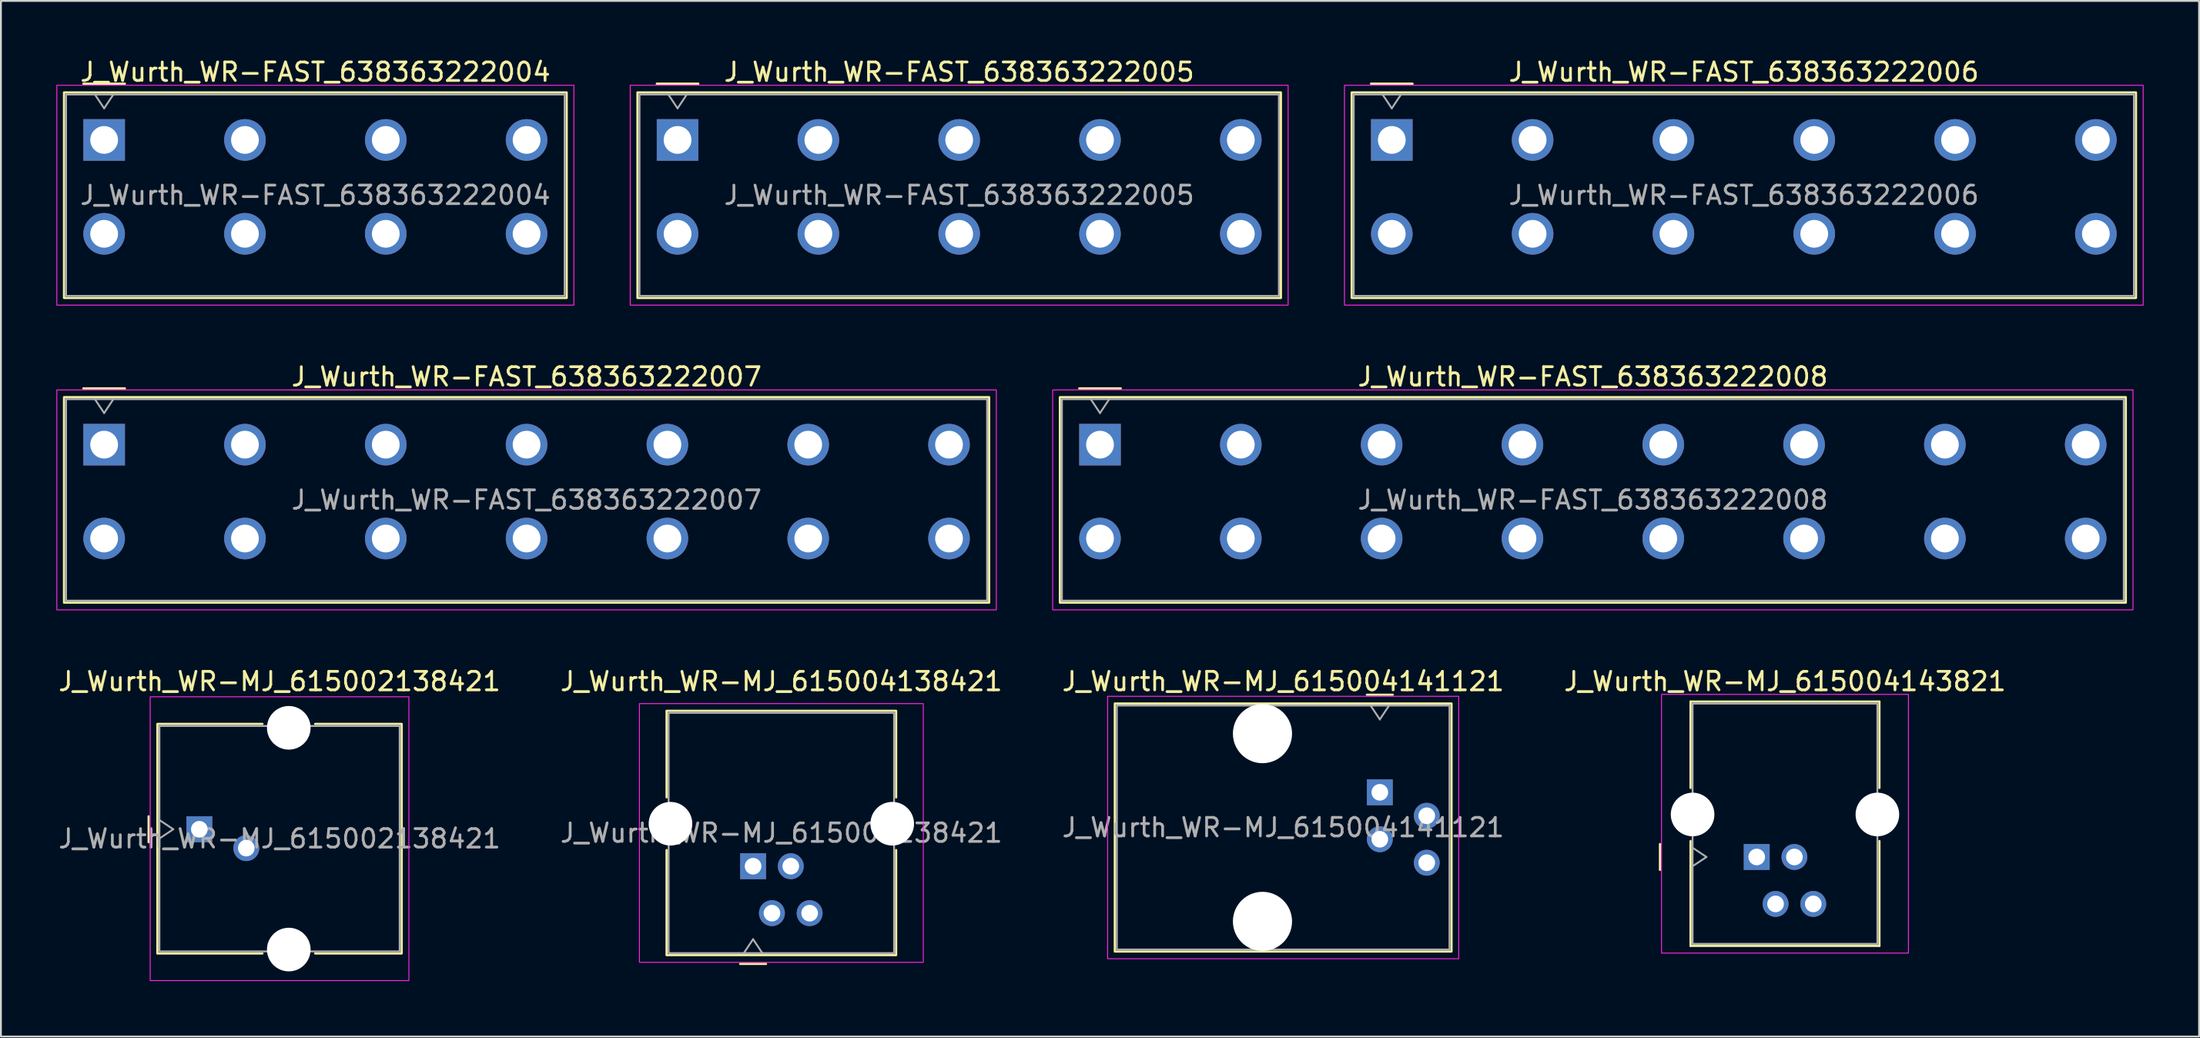
<source format=kicad_pcb>
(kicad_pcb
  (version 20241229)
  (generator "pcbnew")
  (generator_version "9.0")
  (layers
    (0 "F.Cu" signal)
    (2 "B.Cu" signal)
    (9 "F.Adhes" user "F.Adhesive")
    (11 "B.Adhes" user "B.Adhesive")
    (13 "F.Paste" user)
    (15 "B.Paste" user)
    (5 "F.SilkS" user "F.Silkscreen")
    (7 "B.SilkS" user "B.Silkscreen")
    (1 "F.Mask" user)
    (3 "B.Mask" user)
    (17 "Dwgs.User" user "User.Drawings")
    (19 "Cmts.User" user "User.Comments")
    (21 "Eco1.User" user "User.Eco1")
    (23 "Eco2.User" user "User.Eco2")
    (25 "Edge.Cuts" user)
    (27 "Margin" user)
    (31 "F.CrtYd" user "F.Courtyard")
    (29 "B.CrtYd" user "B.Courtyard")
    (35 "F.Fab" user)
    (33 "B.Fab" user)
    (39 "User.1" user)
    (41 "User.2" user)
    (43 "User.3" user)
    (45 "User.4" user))
  (footprint "J_Wurth_WR-MJ_615004143821"
    (layer "F.Cu")
    (at 92.012 43.325)
    (property "Reference" "J_Wurth_WR-MJ_615004143821" (at 1.53 -9.5 0) (unlocked yes) (layer "F.SilkS") (effects (font (size 1 1) (thickness 0.15))))
    (attr through_hole)
    (fp_line (start -5.235 -0.7) (end -5.235 0.7) (stroke (width 0.12) (type solid)) (layer "F.SilkS"))
    (fp_line (start -3.58 -0.864) (end -3.58 4.81) (stroke (width 0.12) (type solid)) (layer "F.SilkS"))
    (fp_line (start -3.58 -8.41) (end 6.64 -8.41) (stroke (width 0.12) (type solid)) (layer "F.SilkS"))
    (fp_line (start -3.58 -3.736) (end -3.58 -8.41) (stroke (width 0.12) (type solid)) (layer "F.SilkS"))
    (fp_line (start -3.58 4.81) (end 6.64 4.81) (stroke (width 0.12) (type solid)) (layer "F.SilkS"))
    (fp_line (start 6.64 -3.736) (end 6.64 -8.41) (stroke (width 0.12) (type solid)) (layer "F.SilkS"))
    (fp_line (start 6.64 -0.864) (end 6.64 4.81) (stroke (width 0.12) (type solid)) (layer "F.SilkS"))
    (fp_rect (start -5.15 -8.8) (end 8.21 5.2) (stroke (width 0.05) (type solid)) (fill no) (layer "F.CrtYd"))
    (fp_line (start -2.72 0) (end -3.47 -0.5) (stroke (width 0.1) (type solid)) (layer "F.Fab"))
    (fp_line (start -2.72 0) (end -3.47 0.5) (stroke (width 0.1) (type solid)) (layer "F.Fab"))
    (fp_rect (start -3.47 -8.3) (end 6.53 4.7) (stroke (width 0.1) (type solid)) (fill no) (layer "F.Fab"))
    (pad "" np_thru_hole circle (at -3.47 -2.3 180) (size 2.36 2.36) (drill 2.36) (layers "*.Cu" "*.Mask"))
    (pad "" np_thru_hole circle (at 6.53 -2.3 180) (size 2.36 2.36) (drill 2.36) (layers "*.Cu" "*.Mask"))
    (pad "1" thru_hole rect (at 0 0 180) (size 1.4 1.4) (drill 0.9) (layers "*.Cu" "*.Mask"))
    (pad "2" thru_hole circle (at 1.02 2.54 180) (size 1.4 1.4) (drill 0.9) (layers "*.Cu" "*.Mask"))
    (pad "3" thru_hole circle (at 2.04 0 180) (size 1.4 1.4) (drill 0.9) (layers "*.Cu" "*.Mask"))
    (pad "4" thru_hole circle (at 3.06 2.54 180) (size 1.4 1.4) (drill 0.9) (layers "*.Cu" "*.Mask")))
  (footprint "J_Wurth_WR-FAST_638363222005"
    (layer "F.Cu")
    (at 33.615 4.523)
    (property "Reference" "J_Wurth_WR-FAST_638363222005" (at 15.24 -3.675 0) (unlocked yes) (layer "F.SilkS") (effects (font (size 1 1) (thickness 0.15))))
    (attr smd)
    (fp_line (start -1.125 -3.045) (end 1.125 -3.045) (stroke (width 0.12) (type solid)) (layer "F.SilkS"))
    (fp_rect (start -2.17 -2.57) (end 32.65 8.55) (stroke (width 0.12) (type solid)) (fill no) (layer "F.SilkS"))
    (fp_rect (start -2.56 -2.96) (end 33.04 8.94) (stroke (width 0.05) (type solid)) (fill no) (layer "F.CrtYd"))
    (fp_line (start 0 -1.71) (end -0.5 -2.46) (stroke (width 0.1) (type solid)) (layer "F.Fab"))
    (fp_line (start 0 -1.71) (end 0.5 -2.46) (stroke (width 0.1) (type solid)) (layer "F.Fab"))
    (fp_rect (start -2.06 -2.46) (end 32.54 8.44) (stroke (width 0.1) (type solid)) (fill no) (layer "F.Fab"))
    (fp_text user "${REFERENCE}" (at 15.24 2.99 0) (unlocked yes) (layer "F.Fab") (effects (font (size 1 1) (thickness 0.15))))
    (pad "1" thru_hole rect (at 0 0) (size 2.25 2.25) (drill 1.5) (layers "*.Cu" "*.Mask"))
    (pad "2" thru_hole circle (at 7.62 0) (size 2.25 2.25) (drill 1.5) (layers "*.Cu" "*.Mask"))
    (pad "3" thru_hole circle (at 15.24 0) (size 2.25 2.25) (drill 1.5) (layers "*.Cu" "*.Mask"))
    (pad "4" thru_hole circle (at 22.86 0) (size 2.25 2.25) (drill 1.5) (layers "*.Cu" "*.Mask"))
    (pad "5" thru_hole circle (at 30.48 0) (size 2.25 2.25) (drill 1.5) (layers "*.Cu" "*.Mask"))
    (pad "A1" thru_hole circle (at 0 5.08) (size 2.25 2.25) (drill 1.5) (layers "*.Cu" "*.Mask"))
    (pad "A2" thru_hole circle (at 7.62 5.08) (size 2.25 2.25) (drill 1.5) (layers "*.Cu" "*.Mask"))
    (pad "A3" thru_hole circle (at 15.24 5.08) (size 2.25 2.25) (drill 1.5) (layers "*.Cu" "*.Mask"))
    (pad "A4" thru_hole circle (at 22.86 5.08) (size 2.25 2.25) (drill 1.5) (layers "*.Cu" "*.Mask"))
    (pad "A5" thru_hole circle (at 30.48 5.08) (size 2.25 2.25) (drill 1.5) (layers "*.Cu" "*.Mask")))
  (footprint "J_Wurth_WR-FAST_638363222004"
    (layer "F.Cu")
    (at 2.585 4.523)
    (property "Reference" "J_Wurth_WR-FAST_638363222004" (at 11.43 -3.675 0) (unlocked yes) (layer "F.SilkS") (effects (font (size 1 1) (thickness 0.15))))
    (attr smd)
    (fp_line (start -1.125 -3.045) (end 1.125 -3.045) (stroke (width 0.12) (type solid)) (layer "F.SilkS"))
    (fp_rect (start -2.17 -2.57) (end 25.03 8.55) (stroke (width 0.12) (type solid)) (fill no) (layer "F.SilkS"))
    (fp_rect (start -2.56 -2.96) (end 25.42 8.94) (stroke (width 0.05) (type solid)) (fill no) (layer "F.CrtYd"))
    (fp_line (start 0 -1.71) (end -0.5 -2.46) (stroke (width 0.1) (type solid)) (layer "F.Fab"))
    (fp_line (start 0 -1.71) (end 0.5 -2.46) (stroke (width 0.1) (type solid)) (layer "F.Fab"))
    (fp_rect (start -2.06 -2.46) (end 24.92 8.44) (stroke (width 0.1) (type solid)) (fill no) (layer "F.Fab"))
    (fp_text user "${REFERENCE}" (at 11.43 2.99 0) (unlocked yes) (layer "F.Fab") (effects (font (size 1 1) (thickness 0.15))))
    (pad "1" thru_hole rect (at 0 0) (size 2.25 2.25) (drill 1.5) (layers "*.Cu" "*.Mask"))
    (pad "2" thru_hole circle (at 7.62 0) (size 2.25 2.25) (drill 1.5) (layers "*.Cu" "*.Mask"))
    (pad "3" thru_hole circle (at 15.24 0) (size 2.25 2.25) (drill 1.5) (layers "*.Cu" "*.Mask"))
    (pad "4" thru_hole circle (at 22.86 0) (size 2.25 2.25) (drill 1.5) (layers "*.Cu" "*.Mask"))
    (pad "A1" thru_hole circle (at 0 5.08) (size 2.25 2.25) (drill 1.5) (layers "*.Cu" "*.Mask"))
    (pad "A2" thru_hole circle (at 7.62 5.08) (size 2.25 2.25) (drill 1.5) (layers "*.Cu" "*.Mask"))
    (pad "A3" thru_hole circle (at 15.24 5.08) (size 2.25 2.25) (drill 1.5) (layers "*.Cu" "*.Mask"))
    (pad "A4" thru_hole circle (at 22.86 5.08) (size 2.25 2.25) (drill 1.5) (layers "*.Cu" "*.Mask")))
  (footprint "J_Wurth_WR-FAST_638363222008"
    (layer "F.Cu")
    (at 56.475 21.012)
    (property "Reference" "J_Wurth_WR-FAST_638363222008" (at 26.67 -3.675 0) (unlocked yes) (layer "F.SilkS") (effects (font (size 1 1) (thickness 0.15))))
    (attr smd)
    (fp_line (start -1.125 -3.045) (end 1.125 -3.045) (stroke (width 0.12) (type solid)) (layer "F.SilkS"))
    (fp_rect (start -2.17 -2.57) (end 55.51 8.55) (stroke (width 0.12) (type solid)) (fill no) (layer "F.SilkS"))
    (fp_rect (start -2.56 -2.96) (end 55.9 8.94) (stroke (width 0.05) (type solid)) (fill no) (layer "F.CrtYd"))
    (fp_line (start 0 -1.71) (end -0.5 -2.46) (stroke (width 0.1) (type solid)) (layer "F.Fab"))
    (fp_line (start 0 -1.71) (end 0.5 -2.46) (stroke (width 0.1) (type solid)) (layer "F.Fab"))
    (fp_rect (start -2.06 -2.46) (end 55.4 8.44) (stroke (width 0.1) (type solid)) (fill no) (layer "F.Fab"))
    (fp_text user "${REFERENCE}" (at 26.67 2.99 0) (unlocked yes) (layer "F.Fab") (effects (font (size 1 1) (thickness 0.15))))
    (pad "1" thru_hole rect (at 0 0) (size 2.25 2.25) (drill 1.5) (layers "*.Cu" "*.Mask"))
    (pad "2" thru_hole circle (at 7.62 0) (size 2.25 2.25) (drill 1.5) (layers "*.Cu" "*.Mask"))
    (pad "3" thru_hole circle (at 15.24 0) (size 2.25 2.25) (drill 1.5) (layers "*.Cu" "*.Mask"))
    (pad "4" thru_hole circle (at 22.86 0) (size 2.25 2.25) (drill 1.5) (layers "*.Cu" "*.Mask"))
    (pad "5" thru_hole circle (at 30.48 0) (size 2.25 2.25) (drill 1.5) (layers "*.Cu" "*.Mask"))
    (pad "6" thru_hole circle (at 38.1 0) (size 2.25 2.25) (drill 1.5) (layers "*.Cu" "*.Mask"))
    (pad "7" thru_hole circle (at 45.72 0) (size 2.25 2.25) (drill 1.5) (layers "*.Cu" "*.Mask"))
    (pad "8" thru_hole circle (at 53.34 0) (size 2.25 2.25) (drill 1.5) (layers "*.Cu" "*.Mask"))
    (pad "A1" thru_hole circle (at 0 5.08) (size 2.25 2.25) (drill 1.5) (layers "*.Cu" "*.Mask"))
    (pad "A2" thru_hole circle (at 7.62 5.08) (size 2.25 2.25) (drill 1.5) (layers "*.Cu" "*.Mask"))
    (pad "A3" thru_hole circle (at 15.24 5.08) (size 2.25 2.25) (drill 1.5) (layers "*.Cu" "*.Mask"))
    (pad "A4" thru_hole circle (at 22.86 5.08) (size 2.25 2.25) (drill 1.5) (layers "*.Cu" "*.Mask"))
    (pad "A5" thru_hole circle (at 30.48 5.08) (size 2.25 2.25) (drill 1.5) (layers "*.Cu" "*.Mask"))
    (pad "A6" thru_hole circle (at 38.1 5.08) (size 2.25 2.25) (drill 1.5) (layers "*.Cu" "*.Mask"))
    (pad "A7" thru_hole circle (at 45.72 5.08) (size 2.25 2.25) (drill 1.5) (layers "*.Cu" "*.Mask"))
    (pad "A8" thru_hole circle (at 53.34 5.08) (size 2.25 2.25) (drill 1.5) (layers "*.Cu" "*.Mask")))
  (footprint "J_Wurth_WR-FAST_638363222007"
    (layer "F.Cu")
    (at 2.585 21.012)
    (property "Reference" "J_Wurth_WR-FAST_638363222007" (at 22.86 -3.675 0) (unlocked yes) (layer "F.SilkS") (effects (font (size 1 1) (thickness 0.15))))
    (attr smd)
    (fp_line (start -1.125 -3.045) (end 1.125 -3.045) (stroke (width 0.12) (type solid)) (layer "F.SilkS"))
    (fp_rect (start -2.17 -2.57) (end 47.89 8.55) (stroke (width 0.12) (type solid)) (fill no) (layer "F.SilkS"))
    (fp_rect (start -2.56 -2.96) (end 48.28 8.94) (stroke (width 0.05) (type solid)) (fill no) (layer "F.CrtYd"))
    (fp_line (start 0 -1.71) (end -0.5 -2.46) (stroke (width 0.1) (type solid)) (layer "F.Fab"))
    (fp_line (start 0 -1.71) (end 0.5 -2.46) (stroke (width 0.1) (type solid)) (layer "F.Fab"))
    (fp_rect (start -2.06 -2.46) (end 47.78 8.44) (stroke (width 0.1) (type solid)) (fill no) (layer "F.Fab"))
    (fp_text user "${REFERENCE}" (at 22.86 2.99 0) (unlocked yes) (layer "F.Fab") (effects (font (size 1 1) (thickness 0.15))))
    (pad "1" thru_hole rect (at 0 0) (size 2.25 2.25) (drill 1.5) (layers "*.Cu" "*.Mask"))
    (pad "2" thru_hole circle (at 7.62 0) (size 2.25 2.25) (drill 1.5) (layers "*.Cu" "*.Mask"))
    (pad "3" thru_hole circle (at 15.24 0) (size 2.25 2.25) (drill 1.5) (layers "*.Cu" "*.Mask"))
    (pad "4" thru_hole circle (at 22.86 0) (size 2.25 2.25) (drill 1.5) (layers "*.Cu" "*.Mask"))
    (pad "5" thru_hole circle (at 30.48 0) (size 2.25 2.25) (drill 1.5) (layers "*.Cu" "*.Mask"))
    (pad "6" thru_hole circle (at 38.1 0) (size 2.25 2.25) (drill 1.5) (layers "*.Cu" "*.Mask"))
    (pad "7" thru_hole circle (at 45.72 0) (size 2.25 2.25) (drill 1.5) (layers "*.Cu" "*.Mask"))
    (pad "A1" thru_hole circle (at 0 5.08) (size 2.25 2.25) (drill 1.5) (layers "*.Cu" "*.Mask"))
    (pad "A2" thru_hole circle (at 7.62 5.08) (size 2.25 2.25) (drill 1.5) (layers "*.Cu" "*.Mask"))
    (pad "A3" thru_hole circle (at 15.24 5.08) (size 2.25 2.25) (drill 1.5) (layers "*.Cu" "*.Mask"))
    (pad "A4" thru_hole circle (at 22.86 5.08) (size 2.25 2.25) (drill 1.5) (layers "*.Cu" "*.Mask"))
    (pad "A5" thru_hole circle (at 30.48 5.08) (size 2.25 2.25) (drill 1.5) (layers "*.Cu" "*.Mask"))
    (pad "A6" thru_hole circle (at 38.1 5.08) (size 2.25 2.25) (drill 1.5) (layers "*.Cu" "*.Mask"))
    (pad "A7" thru_hole circle (at 45.72 5.08) (size 2.25 2.25) (drill 1.5) (layers "*.Cu" "*.Mask")))
  (footprint "J_Wurth_WR-FAST_638363222006"
    (layer "F.Cu")
    (at 72.265 4.523)
    (property "Reference" "J_Wurth_WR-FAST_638363222006" (at 19.05 -3.675 0) (unlocked yes) (layer "F.SilkS") (effects (font (size 1 1) (thickness 0.15))))
    (attr smd)
    (fp_line (start -1.125 -3.045) (end 1.125 -3.045) (stroke (width 0.12) (type solid)) (layer "F.SilkS"))
    (fp_rect (start -2.17 -2.57) (end 40.27 8.55) (stroke (width 0.12) (type solid)) (fill no) (layer "F.SilkS"))
    (fp_rect (start -2.56 -2.96) (end 40.66 8.94) (stroke (width 0.05) (type solid)) (fill no) (layer "F.CrtYd"))
    (fp_line (start 0 -1.71) (end -0.5 -2.46) (stroke (width 0.1) (type solid)) (layer "F.Fab"))
    (fp_line (start 0 -1.71) (end 0.5 -2.46) (stroke (width 0.1) (type solid)) (layer "F.Fab"))
    (fp_rect (start -2.06 -2.46) (end 40.16 8.44) (stroke (width 0.1) (type solid)) (fill no) (layer "F.Fab"))
    (fp_text user "${REFERENCE}" (at 19.05 2.99 0) (unlocked yes) (layer "F.Fab") (effects (font (size 1 1) (thickness 0.15))))
    (pad "1" thru_hole rect (at 0 0) (size 2.25 2.25) (drill 1.5) (layers "*.Cu" "*.Mask"))
    (pad "2" thru_hole circle (at 7.62 0) (size 2.25 2.25) (drill 1.5) (layers "*.Cu" "*.Mask"))
    (pad "3" thru_hole circle (at 15.24 0) (size 2.25 2.25) (drill 1.5) (layers "*.Cu" "*.Mask"))
    (pad "4" thru_hole circle (at 22.86 0) (size 2.25 2.25) (drill 1.5) (layers "*.Cu" "*.Mask"))
    (pad "5" thru_hole circle (at 30.48 0) (size 2.25 2.25) (drill 1.5) (layers "*.Cu" "*.Mask"))
    (pad "6" thru_hole circle (at 38.1 0) (size 2.25 2.25) (drill 1.5) (layers "*.Cu" "*.Mask"))
    (pad "A1" thru_hole circle (at 0 5.08) (size 2.25 2.25) (drill 1.5) (layers "*.Cu" "*.Mask"))
    (pad "A2" thru_hole circle (at 7.62 5.08) (size 2.25 2.25) (drill 1.5) (layers "*.Cu" "*.Mask"))
    (pad "A3" thru_hole circle (at 15.24 5.08) (size 2.25 2.25) (drill 1.5) (layers "*.Cu" "*.Mask"))
    (pad "A4" thru_hole circle (at 22.86 5.08) (size 2.25 2.25) (drill 1.5) (layers "*.Cu" "*.Mask"))
    (pad "A5" thru_hole circle (at 30.48 5.08) (size 2.25 2.25) (drill 1.5) (layers "*.Cu" "*.Mask"))
    (pad "A6" thru_hole circle (at 38.1 5.08) (size 2.25 2.25) (drill 1.5) (layers "*.Cu" "*.Mask")))
  (footprint "J_Wurth_WR-MJ_615002138421"
    (layer "F.Cu")
    (at 7.737 41.825)
    (property "Reference" "J_Wurth_WR-MJ_615002138421" (at 4.34 -8 0) (unlocked yes) (layer "F.SilkS") (effects (font (size 1 1) (thickness 0.15))))
    (attr through_hole)
    (fp_line (start -2.745 -0.7) (end -2.745 0.7) (stroke (width 0.12) (type solid)) (layer "F.SilkS"))
    (fp_line (start -2.27 6.71) (end -2.27 -5.69) (stroke (width 0.12) (type solid)) (layer "F.SilkS"))
    (fp_line (start -2.26 -5.7) (end 3.415 -5.7) (stroke (width 0.12) (type solid)) (layer "F.SilkS"))
    (fp_line (start -2.26 6.72) (end 3.415 6.72) (stroke (width 0.12) (type solid)) (layer "F.SilkS"))
    (fp_line (start 6.265 6.72) (end 10.94 6.72) (stroke (width 0.12) (type solid)) (layer "F.SilkS"))
    (fp_line (start 10.94 -5.7) (end 6.265 -5.7) (stroke (width 0.12) (type solid)) (layer "F.SilkS"))
    (fp_line (start 10.95 6.71) (end 10.95 -5.69) (stroke (width 0.12) (type solid)) (layer "F.SilkS"))
    (fp_rect (start -2.66 -7.17) (end 11.34 8.19) (stroke (width 0.05) (type solid)) (fill no) (layer "F.CrtYd"))
    (fp_line (start -1.41 0) (end -2.16 -0.5) (stroke (width 0.1) (type solid)) (layer "F.Fab"))
    (fp_line (start -1.41 0) (end -2.16 0.5) (stroke (width 0.1) (type solid)) (layer "F.Fab"))
    (fp_rect (start -2.16 -5.59) (end 10.84 6.61) (stroke (width 0.1) (type solid)) (fill no) (layer "F.Fab"))
    (fp_text user "${REFERENCE}" (at 4.34 0.51 0) (unlocked yes) (layer "F.Fab") (effects (font (size 1 1) (thickness 0.15))))
    (pad "" np_thru_hole circle (at 4.84 -5.49 90) (size 2.36 2.36) (drill 2.36) (layers "*.Cu" "*.Mask"))
    (pad "" np_thru_hole circle (at 4.84 6.51 90) (size 2.36 2.36) (drill 2.36) (layers "*.Cu" "*.Mask"))
    (pad "1" thru_hole rect (at 0 0 90) (size 1.4 1.4) (drill 0.9) (layers "*.Cu" "*.Mask"))
    (pad "2" thru_hole circle (at 2.54 1.02 90) (size 1.4 1.4) (drill 0.9) (layers "*.Cu" "*.Mask")))
  (footprint "J_Wurth_WR-MJ_615004138421"
    (layer "F.Cu")
    (at 37.702 43.825)
    (property "Reference" "J_Wurth_WR-MJ_615004138421" (at 1.53 -10 0) (unlocked yes) (layer "F.SilkS") (effects (font (size 1 1) (thickness 0.15))))
    (attr through_hole)
    (fp_line (start -4.68 -8.4) (end -4.68 -3.725) (stroke (width 0.12) (type solid)) (layer "F.SilkS"))
    (fp_line (start -4.68 4.8) (end -4.68 -0.875) (stroke (width 0.12) (type solid)) (layer "F.SilkS"))
    (fp_line (start -0.7 5.285) (end 0.7 5.285) (stroke (width 0.12) (type solid)) (layer "F.SilkS"))
    (fp_line (start 7.73 -8.41) (end -4.67 -8.41) (stroke (width 0.12) (type solid)) (layer "F.SilkS"))
    (fp_line (start 7.73 4.81) (end -4.67 4.81) (stroke (width 0.12) (type solid)) (layer "F.SilkS"))
    (fp_line (start 7.74 4.8) (end 7.74 -0.875) (stroke (width 0.12) (type solid)) (layer "F.SilkS"))
    (fp_line (start 7.74 -3.725) (end 7.74 -8.4) (stroke (width 0.12) (type solid)) (layer "F.SilkS"))
    (fp_rect (start -6.15 -8.8) (end 9.21 5.2) (stroke (width 0.05) (type solid)) (fill no) (layer "F.CrtYd"))
    (fp_line (start 0 3.95) (end -0.5 4.7) (stroke (width 0.1) (type solid)) (layer "F.Fab"))
    (fp_line (start 0 3.95) (end 0.5 4.7) (stroke (width 0.1) (type solid)) (layer "F.Fab"))
    (fp_rect (start -4.57 -8.3) (end 7.63 4.7) (stroke (width 0.1) (type solid)) (fill no) (layer "F.Fab"))
    (fp_text user "${REFERENCE}" (at 1.53 -1.8 0) (unlocked yes) (layer "F.Fab") (effects (font (size 1 1) (thickness 0.15))))
    (pad "" np_thru_hole circle (at -4.47 -2.3 180) (size 2.36 2.36) (drill 2.36) (layers "*.Cu" "*.Mask"))
    (pad "" np_thru_hole circle (at 7.53 -2.3 180) (size 2.36 2.36) (drill 2.36) (layers "*.Cu" "*.Mask"))
    (pad "1" thru_hole rect (at 0 0 180) (size 1.4 1.4) (drill 0.9) (layers "*.Cu" "*.Mask"))
    (pad "2" thru_hole circle (at 1.02 2.54 180) (size 1.4 1.4) (drill 0.9) (layers "*.Cu" "*.Mask"))
    (pad "3" thru_hole circle (at 2.04 0 180) (size 1.4 1.4) (drill 0.9) (layers "*.Cu" "*.Mask"))
    (pad "4" thru_hole circle (at 3.06 2.54 180) (size 1.4 1.4) (drill 0.9) (layers "*.Cu" "*.Mask")))
  (footprint "J_Wurth_WR-MJ_615004141121"
    (layer "F.Cu")
    (at 71.617 39.825)
    (property "Reference" "J_Wurth_WR-MJ_615004141121" (at -5.23 -6 0) (unlocked yes) (layer "F.SilkS") (effects (font (size 1 1) (thickness 0.15))))
    (attr through_hole)
    (fp_line (start 0.7 -5.28) (end -0.7 -5.28) (stroke (width 0.12) (type solid)) (layer "F.SilkS"))
    (fp_rect (start -14.34 -4.805) (end 3.88 8.615) (stroke (width 0.12) (type solid)) (fill no) (layer "F.SilkS"))
    (fp_rect (start -14.73 -5.195) (end 4.27 9.005) (stroke (width 0.05) (type default)) (fill no) (layer "F.CrtYd"))
    (fp_line (start 0 -3.945) (end -0.5 -4.695) (stroke (width 0.1) (type solid)) (layer "F.Fab"))
    (fp_line (start 0 -3.945) (end 0.5 -4.695) (stroke (width 0.1) (type solid)) (layer "F.Fab"))
    (fp_rect (start -14.23 -4.695) (end 3.77 8.505) (stroke (width 0.1) (type solid)) (fill no) (layer "F.Fab"))
    (fp_text user "${REFERENCE}" (at -5.23 1.905 0) (unlocked yes) (layer "F.Fab") (effects (font (size 1 1) (thickness 0.15))))
    (pad "" np_thru_hole circle (at -6.35 -3.175 270) (size 3.2 3.2) (drill 3.2) (layers "*.Cu" "*.Mask"))
    (pad "" np_thru_hole circle (at -6.35 6.985 270) (size 3.2 3.2) (drill 3.2) (layers "*.Cu" "*.Mask"))
    (pad "1" thru_hole rect (at 0 0 270) (size 1.4 1.4) (drill 0.9) (layers "*.Cu" "*.Mask"))
    (pad "2" thru_hole circle (at 2.54 1.27 270) (size 1.4 1.4) (drill 0.9) (layers "*.Cu" "*.Mask"))
    (pad "3" thru_hole circle (at 0 2.54 270) (size 1.4 1.4) (drill 0.9) (layers "*.Cu" "*.Mask"))
    (pad "4" thru_hole circle (at 2.54 3.81 270) (size 1.4 1.4) (drill 0.9) (layers "*.Cu" "*.Mask")))
  (gr_rect
    (start -3 -3)
    (end 115.95 53.04)
    (stroke (width 0.1) (type default))
    (fill no)
    (layer "Edge.Cuts")))
</source>
